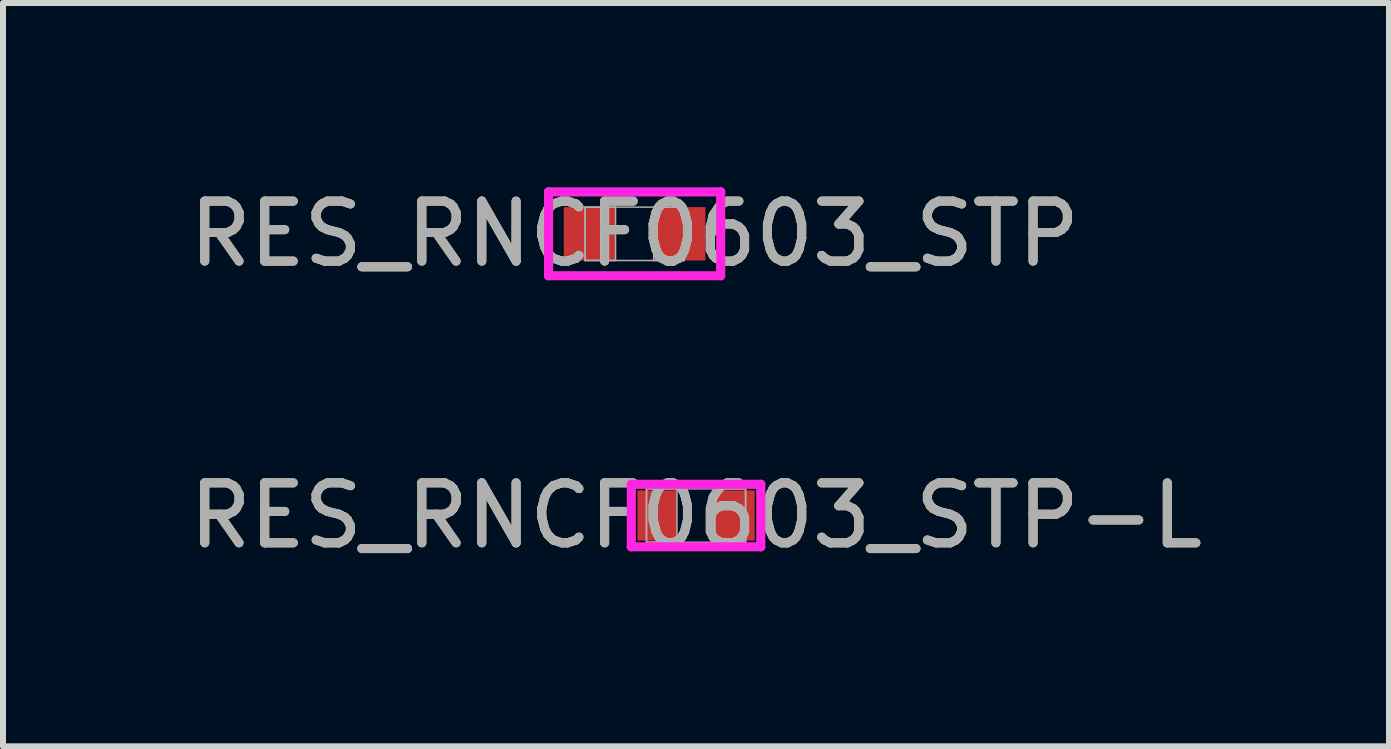
<source format=kicad_pcb>
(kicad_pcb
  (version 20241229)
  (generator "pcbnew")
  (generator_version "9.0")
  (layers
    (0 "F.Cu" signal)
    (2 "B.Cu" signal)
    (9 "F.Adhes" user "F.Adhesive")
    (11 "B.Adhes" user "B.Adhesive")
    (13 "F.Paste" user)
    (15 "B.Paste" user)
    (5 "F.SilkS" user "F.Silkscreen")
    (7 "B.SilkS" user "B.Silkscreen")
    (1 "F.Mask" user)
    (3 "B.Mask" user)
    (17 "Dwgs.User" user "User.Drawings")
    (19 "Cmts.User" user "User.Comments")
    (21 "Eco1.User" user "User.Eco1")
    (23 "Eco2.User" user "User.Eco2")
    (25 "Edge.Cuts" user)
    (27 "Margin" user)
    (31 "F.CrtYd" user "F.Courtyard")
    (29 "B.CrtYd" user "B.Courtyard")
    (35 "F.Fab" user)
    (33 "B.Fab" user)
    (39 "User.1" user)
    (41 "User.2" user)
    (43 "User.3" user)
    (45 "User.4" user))
  (footprint "RES_RNCF0603_STP-L"
    (layer "F.Cu")
    (at 8.554 5.545)
    (property "Reference" "RES_RNCF0603_STP-L" (at 0 0 0) (unlocked yes) (layer "F.SilkS") (effects (font (size 1 1) (thickness 0.15))))
    (attr smd)
    (fp_line (start -1.079 -0.521) (end 1.079 -0.521) (stroke (width 0.152) (type solid)) (layer "F.CrtYd"))
    (fp_line (start -1.079 0.521) (end -1.079 -0.521) (stroke (width 0.152) (type solid)) (layer "F.CrtYd"))
    (fp_line (start 1.079 -0.521) (end 1.079 0.521) (stroke (width 0.152) (type solid)) (layer "F.CrtYd"))
    (fp_line (start 1.079 0.521) (end -1.079 0.521) (stroke (width 0.152) (type solid)) (layer "F.CrtYd"))
    (fp_line (start -0.826 -0.445) (end -0.826 0.445) (stroke (width 0.025) (type solid)) (layer "F.Fab"))
    (fp_line (start -0.826 -0.445) (end -0.826 0.445) (stroke (width 0.025) (type solid)) (layer "F.Fab"))
    (fp_line (start -0.826 0.445) (end -0.318 0.445) (stroke (width 0.025) (type solid)) (layer "F.Fab"))
    (fp_line (start -0.826 0.445) (end 0.826 0.445) (stroke (width 0.025) (type solid)) (layer "F.Fab"))
    (fp_line (start -0.318 -0.445) (end -0.826 -0.445) (stroke (width 0.025) (type solid)) (layer "F.Fab"))
    (fp_line (start -0.318 0.445) (end -0.318 -0.445) (stroke (width 0.025) (type solid)) (layer "F.Fab"))
    (fp_line (start 0.318 -0.445) (end 0.318 0.445) (stroke (width 0.025) (type solid)) (layer "F.Fab"))
    (fp_line (start 0.318 0.445) (end 0.826 0.445) (stroke (width 0.025) (type solid)) (layer "F.Fab"))
    (fp_line (start 0.826 -0.445) (end -0.826 -0.445) (stroke (width 0.025) (type solid)) (layer "F.Fab"))
    (fp_line (start 0.826 -0.445) (end 0.318 -0.445) (stroke (width 0.025) (type solid)) (layer "F.Fab"))
    (fp_line (start 0.826 0.445) (end 0.826 -0.445) (stroke (width 0.025) (type solid)) (layer "F.Fab"))
    (fp_line (start 0.826 0.445) (end 0.826 -0.445) (stroke (width 0.025) (type solid)) (layer "F.Fab"))
    (fp_text user "${REFERENCE}" (at 0 0 0) (unlocked yes) (layer "F.Fab") (effects (font (size 1 1) (thickness 0.15))))
    (pad "1" smd rect (at -0.648 0) (size 0.66 0.838) (layers "F.Cu" "F.Mask" "F.Paste"))
    (pad "2" smd rect (at 0.648 0) (size 0.66 0.838) (layers "F.Cu" "F.Mask" "F.Paste"))
    (zone (net_name "") (layer "F.Cu") (hatch full 0.508) (connect_pads) (min_thickness 0.254) (filled_areas_thickness no) (keepout (tracks not_allowed) (vias not_allowed) (pads allowed) (copperpour not_allowed) (footprints allowed)) (placement (enabled no)) (fill) (polygon (pts (xy 8.287 5.151) (xy 8.82 5.151) (xy 8.82 5.938) (xy 8.287 5.938)))))
  (footprint "RES_RNCF0603_STP"
    (layer "F.Cu")
    (at 7.53 0.848)
    (property "Reference" "RES_RNCF0603_STP" (at 0 0 0) (unlocked yes) (layer "F.SilkS") (effects (font (size 1 1) (thickness 0.15))))
    (attr smd)
    (fp_line (start -1.435 -0.699) (end 1.435 -0.699) (stroke (width 0.152) (type solid)) (layer "F.CrtYd"))
    (fp_line (start -1.435 0.699) (end -1.435 -0.699) (stroke (width 0.152) (type solid)) (layer "F.CrtYd"))
    (fp_line (start 1.435 -0.699) (end 1.435 0.699) (stroke (width 0.152) (type solid)) (layer "F.CrtYd"))
    (fp_line (start 1.435 0.699) (end -1.435 0.699) (stroke (width 0.152) (type solid)) (layer "F.CrtYd"))
    (fp_line (start -0.826 -0.445) (end -0.826 0.445) (stroke (width 0.025) (type solid)) (layer "F.Fab"))
    (fp_line (start -0.826 -0.445) (end -0.826 0.445) (stroke (width 0.025) (type solid)) (layer "F.Fab"))
    (fp_line (start -0.826 0.445) (end -0.318 0.445) (stroke (width 0.025) (type solid)) (layer "F.Fab"))
    (fp_line (start -0.826 0.445) (end 0.826 0.445) (stroke (width 0.025) (type solid)) (layer "F.Fab"))
    (fp_line (start -0.318 -0.445) (end -0.826 -0.445) (stroke (width 0.025) (type solid)) (layer "F.Fab"))
    (fp_line (start -0.318 0.445) (end -0.318 -0.445) (stroke (width 0.025) (type solid)) (layer "F.Fab"))
    (fp_line (start 0.318 -0.445) (end 0.318 0.445) (stroke (width 0.025) (type solid)) (layer "F.Fab"))
    (fp_line (start 0.318 0.445) (end 0.826 0.445) (stroke (width 0.025) (type solid)) (layer "F.Fab"))
    (fp_line (start 0.826 -0.445) (end -0.826 -0.445) (stroke (width 0.025) (type solid)) (layer "F.Fab"))
    (fp_line (start 0.826 -0.445) (end 0.318 -0.445) (stroke (width 0.025) (type solid)) (layer "F.Fab"))
    (fp_line (start 0.826 0.445) (end 0.826 -0.445) (stroke (width 0.025) (type solid)) (layer "F.Fab"))
    (fp_line (start 0.826 0.445) (end 0.826 -0.445) (stroke (width 0.025) (type solid)) (layer "F.Fab"))
    (fp_text user "${REFERENCE}" (at 0 0 0) (unlocked yes) (layer "F.Fab") (effects (font (size 1 1) (thickness 0.15))))
    (pad "1" smd rect (at -0.749 0) (size 0.864 0.889) (layers "F.Cu" "F.Mask" "F.Paste"))
    (pad "2" smd rect (at 0.749 0) (size 0.864 0.889) (layers "F.Cu" "F.Mask" "F.Paste"))
    (zone (net_name "") (layer "F.Cu") (hatch full 0.508) (connect_pads) (min_thickness 0.254) (filled_areas_thickness no) (keepout (tracks not_allowed) (vias not_allowed) (pads allowed) (copperpour not_allowed) (footprints allowed)) (placement (enabled no)) (fill) (polygon (pts (xy 7.263 0.455) (xy 7.796 0.455) (xy 7.796 1.242) (xy 7.263 1.242)))))
  (gr_rect
    (start -3 -3)
    (end 20.107 9.393)
    (stroke (width 0.1) (type default))
    (fill no)
    (layer "Edge.Cuts")))
</source>
